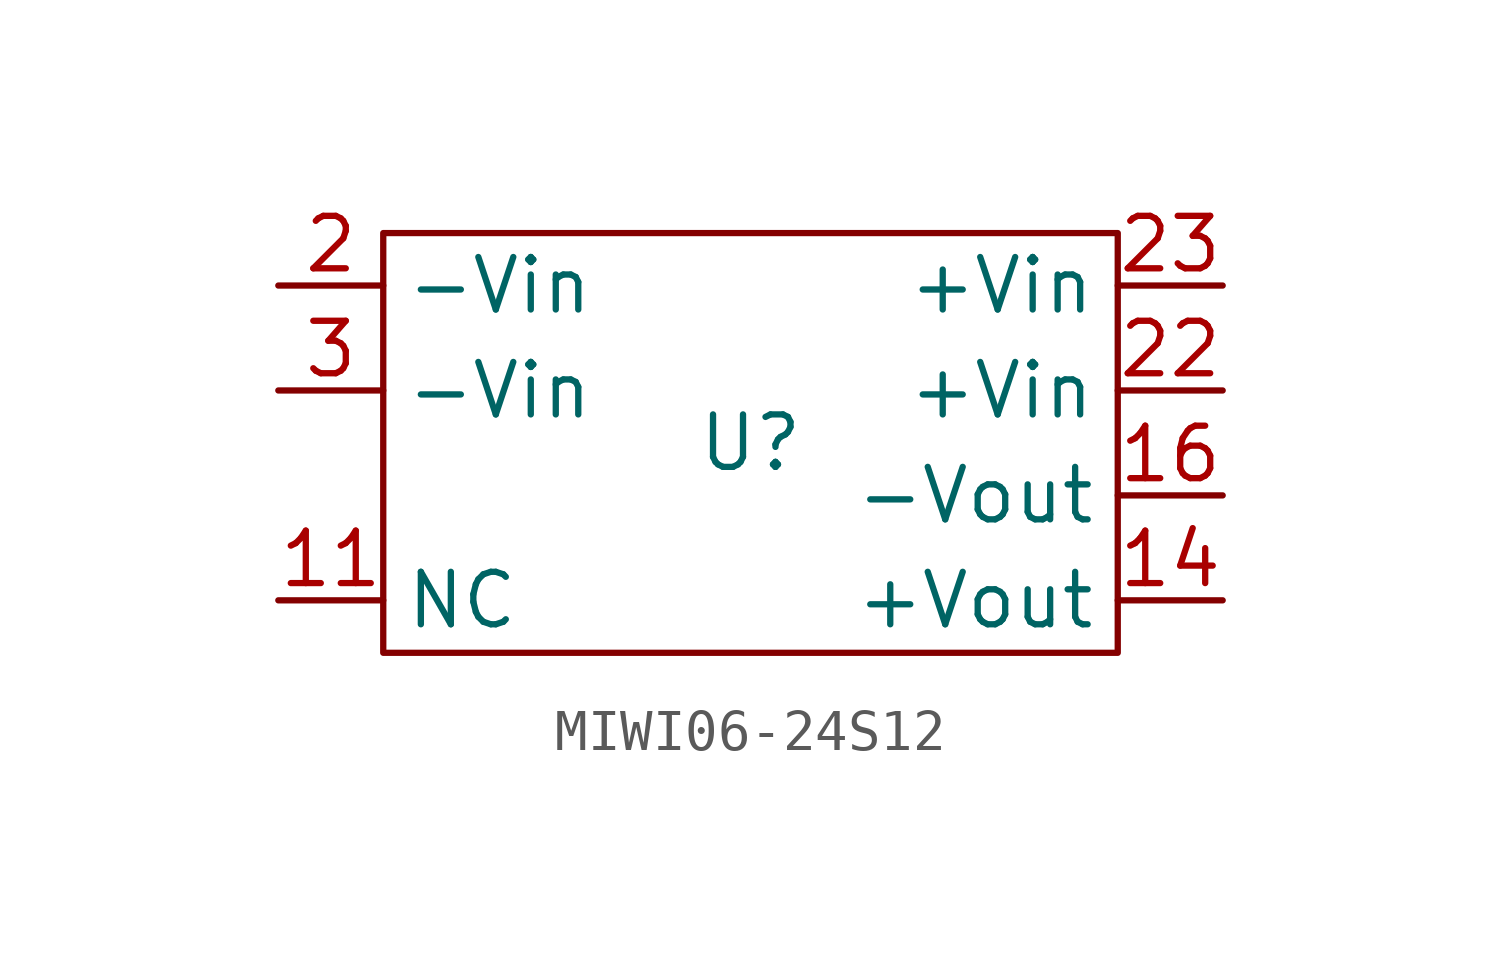
<source format=kicad_sym>
(kicad_symbol_lib
  (version 20231120)
  (generator "kicad_symbol_editor")
  (generator_version "8.0")
  (symbol "MIWI06-24S12"
    (property "Reference" "U"
      (at 0 0 0)
      (effects (font (size 1.27 1.27))))
    (property "Value" ""
      (at 0 0 0)
      (effects (font (size 1.27 1.27))))
    (symbol "MIWI06-24S12_0_1"
      (rectangle (start -8.89 5.08) (end 8.89 -5.08) (stroke (width 0) (type default)) (fill (type none))))
    (symbol "MIWI06-24S12_1_1"
      (pin input line (at -11.43 -3.81 0) (length 2.54) (name "NC" (effects (font (size 1.27 1.27)))) (number "11" (effects (font (size 1.27 1.27)))))
      (pin power_out line (at 11.43 -3.81 180) (length 2.54) (name "+Vout" (effects (font (size 1.27 1.27)))) (number "14" (effects (font (size 1.27 1.27)))))
      (pin power_out line (at 11.43 -1.27 180) (length 2.54) (name "-Vout" (effects (font (size 1.27 1.27)))) (number "16" (effects (font (size 1.27 1.27)))))
      (pin power_in line (at -11.43 3.81 0) (length 2.54) (name "-Vin" (effects (font (size 1.27 1.27)))) (number "2" (effects (font (size 1.27 1.27)))))
      (pin power_in line (at 11.43 1.27 180) (length 2.54) (name "+Vin" (effects (font (size 1.27 1.27)))) (number "22" (effects (font (size 1.27 1.27)))))
      (pin power_in line (at 11.43 3.81 180) (length 2.54) (name "+Vin" (effects (font (size 1.27 1.27)))) (number "23" (effects (font (size 1.27 1.27)))))
      (pin power_in line (at -11.43 1.27 0) (length 2.54) (name "-Vin" (effects (font (size 1.27 1.27)))) (number "3" (effects (font (size 1.27 1.27))))))))
</source>
